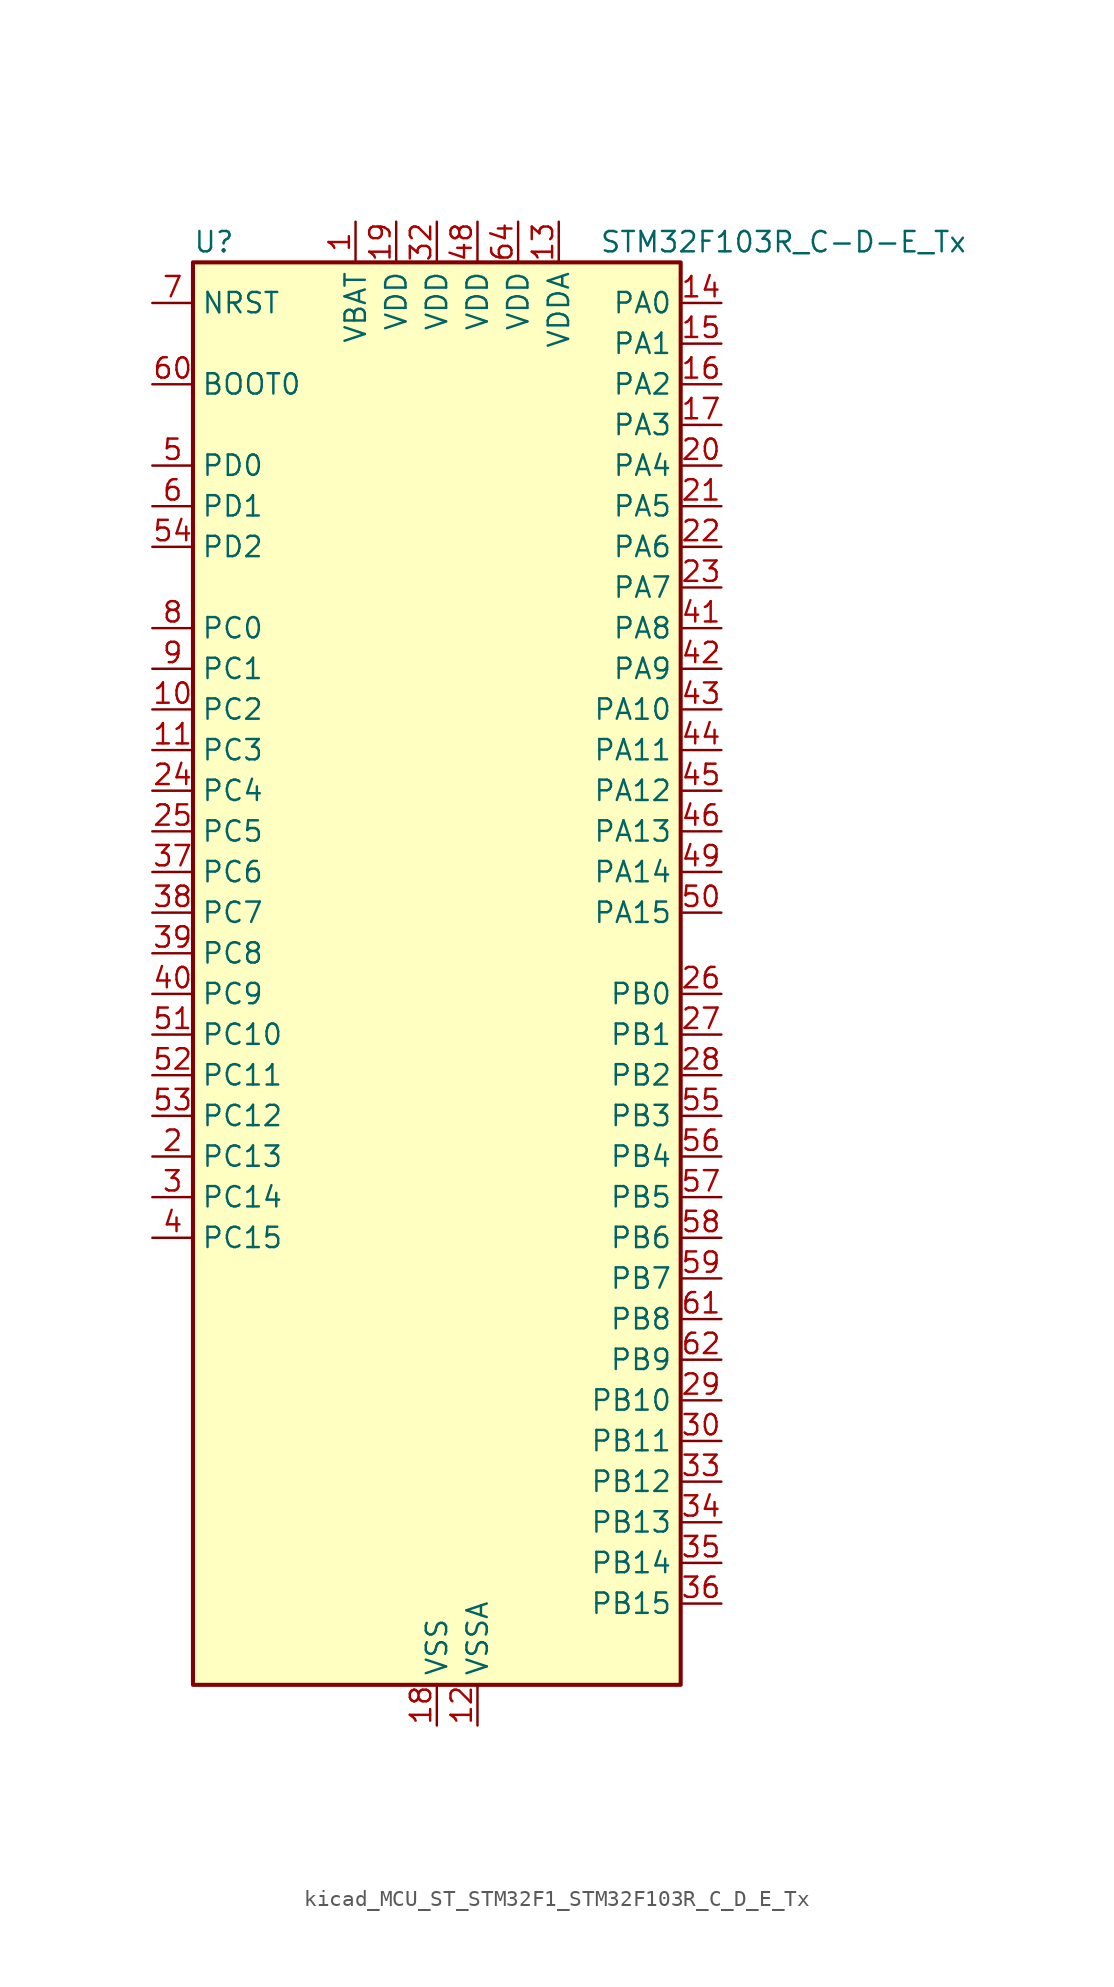
<source format=kicad_sym>
(kicad_symbol_lib
  (version 20220914)
  (generator kicad_symbol_editor)
  (symbol "kicad_MCU_ST_STM32F1_STM32F103R_C_D_E_Tx"
    (property "Reference" "U"
      (at -15.24 46.99 0)
      (effects (font (size 1.27 1.27)) (justify left)))
    (property "Value" "STM32F103R_C-D-E_Tx"
      (at 10.16 46.99 0)
      (effects (font (size 1.27 1.27)) (justify left)))
    (property "ki_locked" ""
      (at 0 0 0)
      (effects (font (size 1.27 1.27))))
    (symbol "kicad_MCU_ST_STM32F1_STM32F103R_C_D_E_Tx_0_1"
      (rectangle (start -15.24 -43.18) (end 15.24 45.72) (stroke (width 0.254) (type default)) (fill (type background))))
    (symbol "kicad_MCU_ST_STM32F1_STM32F103R_C_D_E_Tx_1_1"
      (pin power_in line (at -5.08 48.26 270) (length 2.54) (name "VBAT" (effects (font (size 1.27 1.27)))) (number "1" (effects (font (size 1.27 1.27)))))
      (pin bidirectional line (at -17.78 17.78 0) (length 2.54) (name "PC2" (effects (font (size 1.27 1.27)))) (number "10" (effects (font (size 1.27 1.27)))) (alternate "ADC1_IN12" bidirectional line) (alternate "ADC2_IN12" bidirectional line) (alternate "ADC3_IN12" bidirectional line))
      (pin bidirectional line (at -17.78 15.24 0) (length 2.54) (name "PC3" (effects (font (size 1.27 1.27)))) (number "11" (effects (font (size 1.27 1.27)))) (alternate "ADC1_IN13" bidirectional line) (alternate "ADC2_IN13" bidirectional line) (alternate "ADC3_IN13" bidirectional line))
      (pin power_in line (at 2.54 -45.72 90) (length 2.54) (name "VSSA" (effects (font (size 1.27 1.27)))) (number "12" (effects (font (size 1.27 1.27)))))
      (pin power_in line (at 7.62 48.26 270) (length 2.54) (name "VDDA" (effects (font (size 1.27 1.27)))) (number "13" (effects (font (size 1.27 1.27)))))
      (pin bidirectional line (at 17.78 43.18 180) (length 2.54) (name "PA0" (effects (font (size 1.27 1.27)))) (number "14" (effects (font (size 1.27 1.27)))) (alternate "ADC1_IN0" bidirectional line) (alternate "ADC2_IN0" bidirectional line) (alternate "ADC3_IN0" bidirectional line) (alternate "SYS_WKUP" bidirectional line) (alternate "TIM2_CH1" bidirectional line) (alternate "TIM2_ETR" bidirectional line) (alternate "TIM5_CH1" bidirectional line) (alternate "TIM8_ETR" bidirectional line) (alternate "USART2_CTS" bidirectional line))
      (pin bidirectional line (at 17.78 40.64 180) (length 2.54) (name "PA1" (effects (font (size 1.27 1.27)))) (number "15" (effects (font (size 1.27 1.27)))) (alternate "ADC1_IN1" bidirectional line) (alternate "ADC2_IN1" bidirectional line) (alternate "ADC3_IN1" bidirectional line) (alternate "TIM2_CH2" bidirectional line) (alternate "TIM5_CH2" bidirectional line) (alternate "USART2_RTS" bidirectional line))
      (pin bidirectional line (at 17.78 38.1 180) (length 2.54) (name "PA2" (effects (font (size 1.27 1.27)))) (number "16" (effects (font (size 1.27 1.27)))) (alternate "ADC1_IN2" bidirectional line) (alternate "ADC2_IN2" bidirectional line) (alternate "ADC3_IN2" bidirectional line) (alternate "TIM2_CH3" bidirectional line) (alternate "TIM5_CH3" bidirectional line) (alternate "USART2_TX" bidirectional line))
      (pin bidirectional line (at 17.78 35.56 180) (length 2.54) (name "PA3" (effects (font (size 1.27 1.27)))) (number "17" (effects (font (size 1.27 1.27)))) (alternate "ADC1_IN3" bidirectional line) (alternate "ADC2_IN3" bidirectional line) (alternate "ADC3_IN3" bidirectional line) (alternate "TIM2_CH4" bidirectional line) (alternate "TIM5_CH4" bidirectional line) (alternate "USART2_RX" bidirectional line))
      (pin power_in line (at 0 -45.72 90) (length 2.54) (name "VSS" (effects (font (size 1.27 1.27)))) (number "18" (effects (font (size 1.27 1.27)))))
      (pin power_in line (at -2.54 48.26 270) (length 2.54) (name "VDD" (effects (font (size 1.27 1.27)))) (number "19" (effects (font (size 1.27 1.27)))))
      (pin bidirectional line (at -17.78 -10.16 0) (length 2.54) (name "PC13" (effects (font (size 1.27 1.27)))) (number "2" (effects (font (size 1.27 1.27)))) (alternate "RTC_OUT" bidirectional line) (alternate "RTC_TAMPER" bidirectional line))
      (pin bidirectional line (at 17.78 33.02 180) (length 2.54) (name "PA4" (effects (font (size 1.27 1.27)))) (number "20" (effects (font (size 1.27 1.27)))) (alternate "ADC1_IN4" bidirectional line) (alternate "ADC2_IN4" bidirectional line) (alternate "DAC_OUT1" bidirectional line) (alternate "SPI1_NSS" bidirectional line) (alternate "USART2_CK" bidirectional line))
      (pin bidirectional line (at 17.78 30.48 180) (length 2.54) (name "PA5" (effects (font (size 1.27 1.27)))) (number "21" (effects (font (size 1.27 1.27)))) (alternate "ADC1_IN5" bidirectional line) (alternate "ADC2_IN5" bidirectional line) (alternate "DAC_OUT2" bidirectional line) (alternate "SPI1_SCK" bidirectional line))
      (pin bidirectional line (at 17.78 27.94 180) (length 2.54) (name "PA6" (effects (font (size 1.27 1.27)))) (number "22" (effects (font (size 1.27 1.27)))) (alternate "ADC1_IN6" bidirectional line) (alternate "ADC2_IN6" bidirectional line) (alternate "SPI1_MISO" bidirectional line) (alternate "TIM1_BKIN" bidirectional line) (alternate "TIM3_CH1" bidirectional line) (alternate "TIM8_BKIN" bidirectional line))
      (pin bidirectional line (at 17.78 25.4 180) (length 2.54) (name "PA7" (effects (font (size 1.27 1.27)))) (number "23" (effects (font (size 1.27 1.27)))) (alternate "ADC1_IN7" bidirectional line) (alternate "ADC2_IN7" bidirectional line) (alternate "SPI1_MOSI" bidirectional line) (alternate "TIM1_CH1N" bidirectional line) (alternate "TIM3_CH2" bidirectional line) (alternate "TIM8_CH1N" bidirectional line))
      (pin bidirectional line (at -17.78 12.7 0) (length 2.54) (name "PC4" (effects (font (size 1.27 1.27)))) (number "24" (effects (font (size 1.27 1.27)))) (alternate "ADC1_IN14" bidirectional line) (alternate "ADC2_IN14" bidirectional line))
      (pin bidirectional line (at -17.78 10.16 0) (length 2.54) (name "PC5" (effects (font (size 1.27 1.27)))) (number "25" (effects (font (size 1.27 1.27)))) (alternate "ADC1_IN15" bidirectional line) (alternate "ADC2_IN15" bidirectional line))
      (pin bidirectional line (at 17.78 0 180) (length 2.54) (name "PB0" (effects (font (size 1.27 1.27)))) (number "26" (effects (font (size 1.27 1.27)))) (alternate "ADC1_IN8" bidirectional line) (alternate "ADC2_IN8" bidirectional line) (alternate "TIM1_CH2N" bidirectional line) (alternate "TIM3_CH3" bidirectional line) (alternate "TIM8_CH2N" bidirectional line))
      (pin bidirectional line (at 17.78 -2.54 180) (length 2.54) (name "PB1" (effects (font (size 1.27 1.27)))) (number "27" (effects (font (size 1.27 1.27)))) (alternate "ADC1_IN9" bidirectional line) (alternate "ADC2_IN9" bidirectional line) (alternate "TIM1_CH3N" bidirectional line) (alternate "TIM3_CH4" bidirectional line) (alternate "TIM8_CH3N" bidirectional line))
      (pin bidirectional line (at 17.78 -5.08 180) (length 2.54) (name "PB2" (effects (font (size 1.27 1.27)))) (number "28" (effects (font (size 1.27 1.27)))))
      (pin bidirectional line (at 17.78 -25.4 180) (length 2.54) (name "PB10" (effects (font (size 1.27 1.27)))) (number "29" (effects (font (size 1.27 1.27)))) (alternate "I2C2_SCL" bidirectional line) (alternate "TIM2_CH3" bidirectional line) (alternate "USART3_TX" bidirectional line))
      (pin bidirectional line (at -17.78 -12.7 0) (length 2.54) (name "PC14" (effects (font (size 1.27 1.27)))) (number "3" (effects (font (size 1.27 1.27)))) (alternate "RCC_OSC32_IN" bidirectional line))
      (pin bidirectional line (at 17.78 -27.94 180) (length 2.54) (name "PB11" (effects (font (size 1.27 1.27)))) (number "30" (effects (font (size 1.27 1.27)))) (alternate "ADC1_EXTI11" bidirectional line) (alternate "ADC2_EXTI11" bidirectional line) (alternate "I2C2_SDA" bidirectional line) (alternate "TIM2_CH4" bidirectional line) (alternate "USART3_RX" bidirectional line))
      (pin passive line (at 0 -45.72 90) (length 2.54) hide (name "VSS" (effects (font (size 1.27 1.27)))) (number "31" (effects (font (size 1.27 1.27)))))
      (pin power_in line (at 0 48.26 270) (length 2.54) (name "VDD" (effects (font (size 1.27 1.27)))) (number "32" (effects (font (size 1.27 1.27)))))
      (pin bidirectional line (at 17.78 -30.48 180) (length 2.54) (name "PB12" (effects (font (size 1.27 1.27)))) (number "33" (effects (font (size 1.27 1.27)))) (alternate "I2C2_SMBA" bidirectional line) (alternate "I2S2_WS" bidirectional line) (alternate "SPI2_NSS" bidirectional line) (alternate "TIM1_BKIN" bidirectional line) (alternate "USART3_CK" bidirectional line))
      (pin bidirectional line (at 17.78 -33.02 180) (length 2.54) (name "PB13" (effects (font (size 1.27 1.27)))) (number "34" (effects (font (size 1.27 1.27)))) (alternate "I2S2_CK" bidirectional line) (alternate "SPI2_SCK" bidirectional line) (alternate "TIM1_CH1N" bidirectional line) (alternate "USART3_CTS" bidirectional line))
      (pin bidirectional line (at 17.78 -35.56 180) (length 2.54) (name "PB14" (effects (font (size 1.27 1.27)))) (number "35" (effects (font (size 1.27 1.27)))) (alternate "SPI2_MISO" bidirectional line) (alternate "TIM1_CH2N" bidirectional line) (alternate "USART3_RTS" bidirectional line))
      (pin bidirectional line (at 17.78 -38.1 180) (length 2.54) (name "PB15" (effects (font (size 1.27 1.27)))) (number "36" (effects (font (size 1.27 1.27)))) (alternate "ADC1_EXTI15" bidirectional line) (alternate "ADC2_EXTI15" bidirectional line) (alternate "I2S2_SD" bidirectional line) (alternate "SPI2_MOSI" bidirectional line) (alternate "TIM1_CH3N" bidirectional line))
      (pin bidirectional line (at -17.78 7.62 0) (length 2.54) (name "PC6" (effects (font (size 1.27 1.27)))) (number "37" (effects (font (size 1.27 1.27)))) (alternate "I2S2_MCK" bidirectional line) (alternate "SDIO_D6" bidirectional line) (alternate "TIM3_CH1" bidirectional line) (alternate "TIM8_CH1" bidirectional line))
      (pin bidirectional line (at -17.78 5.08 0) (length 2.54) (name "PC7" (effects (font (size 1.27 1.27)))) (number "38" (effects (font (size 1.27 1.27)))) (alternate "I2S3_MCK" bidirectional line) (alternate "SDIO_D7" bidirectional line) (alternate "TIM3_CH2" bidirectional line) (alternate "TIM8_CH2" bidirectional line))
      (pin bidirectional line (at -17.78 2.54 0) (length 2.54) (name "PC8" (effects (font (size 1.27 1.27)))) (number "39" (effects (font (size 1.27 1.27)))) (alternate "SDIO_D0" bidirectional line) (alternate "TIM3_CH3" bidirectional line) (alternate "TIM8_CH3" bidirectional line))
      (pin bidirectional line (at -17.78 -15.24 0) (length 2.54) (name "PC15" (effects (font (size 1.27 1.27)))) (number "4" (effects (font (size 1.27 1.27)))) (alternate "ADC1_EXTI15" bidirectional line) (alternate "ADC2_EXTI15" bidirectional line) (alternate "RCC_OSC32_OUT" bidirectional line))
      (pin bidirectional line (at -17.78 0 0) (length 2.54) (name "PC9" (effects (font (size 1.27 1.27)))) (number "40" (effects (font (size 1.27 1.27)))) (alternate "DAC_EXTI9" bidirectional line) (alternate "SDIO_D1" bidirectional line) (alternate "TIM3_CH4" bidirectional line) (alternate "TIM8_CH4" bidirectional line))
      (pin bidirectional line (at 17.78 22.86 180) (length 2.54) (name "PA8" (effects (font (size 1.27 1.27)))) (number "41" (effects (font (size 1.27 1.27)))) (alternate "RCC_MCO" bidirectional line) (alternate "TIM1_CH1" bidirectional line) (alternate "USART1_CK" bidirectional line))
      (pin bidirectional line (at 17.78 20.32 180) (length 2.54) (name "PA9" (effects (font (size 1.27 1.27)))) (number "42" (effects (font (size 1.27 1.27)))) (alternate "DAC_EXTI9" bidirectional line) (alternate "TIM1_CH2" bidirectional line) (alternate "USART1_TX" bidirectional line))
      (pin bidirectional line (at 17.78 17.78 180) (length 2.54) (name "PA10" (effects (font (size 1.27 1.27)))) (number "43" (effects (font (size 1.27 1.27)))) (alternate "TIM1_CH3" bidirectional line) (alternate "USART1_RX" bidirectional line))
      (pin bidirectional line (at 17.78 15.24 180) (length 2.54) (name "PA11" (effects (font (size 1.27 1.27)))) (number "44" (effects (font (size 1.27 1.27)))) (alternate "ADC1_EXTI11" bidirectional line) (alternate "ADC2_EXTI11" bidirectional line) (alternate "CAN_RX" bidirectional line) (alternate "TIM1_CH4" bidirectional line) (alternate "USART1_CTS" bidirectional line) (alternate "USB_DM" bidirectional line))
      (pin bidirectional line (at 17.78 12.7 180) (length 2.54) (name "PA12" (effects (font (size 1.27 1.27)))) (number "45" (effects (font (size 1.27 1.27)))) (alternate "CAN_TX" bidirectional line) (alternate "TIM1_ETR" bidirectional line) (alternate "USART1_RTS" bidirectional line) (alternate "USB_DP" bidirectional line))
      (pin bidirectional line (at 17.78 10.16 180) (length 2.54) (name "PA13" (effects (font (size 1.27 1.27)))) (number "46" (effects (font (size 1.27 1.27)))) (alternate "SYS_JTMS-SWDIO" bidirectional line))
      (pin passive line (at 0 -45.72 90) (length 2.54) hide (name "VSS" (effects (font (size 1.27 1.27)))) (number "47" (effects (font (size 1.27 1.27)))))
      (pin power_in line (at 2.54 48.26 270) (length 2.54) (name "VDD" (effects (font (size 1.27 1.27)))) (number "48" (effects (font (size 1.27 1.27)))))
      (pin bidirectional line (at 17.78 7.62 180) (length 2.54) (name "PA14" (effects (font (size 1.27 1.27)))) (number "49" (effects (font (size 1.27 1.27)))) (alternate "SYS_JTCK-SWCLK" bidirectional line))
      (pin bidirectional line (at -17.78 33.02 0) (length 2.54) (name "PD0" (effects (font (size 1.27 1.27)))) (number "5" (effects (font (size 1.27 1.27)))) (alternate "RCC_OSC_IN" bidirectional line))
      (pin bidirectional line (at 17.78 5.08 180) (length 2.54) (name "PA15" (effects (font (size 1.27 1.27)))) (number "50" (effects (font (size 1.27 1.27)))) (alternate "ADC1_EXTI15" bidirectional line) (alternate "ADC2_EXTI15" bidirectional line) (alternate "I2S3_WS" bidirectional line) (alternate "SPI1_NSS" bidirectional line) (alternate "SPI3_NSS" bidirectional line) (alternate "SYS_JTDI" bidirectional line) (alternate "TIM2_CH1" bidirectional line) (alternate "TIM2_ETR" bidirectional line))
      (pin bidirectional line (at -17.78 -2.54 0) (length 2.54) (name "PC10" (effects (font (size 1.27 1.27)))) (number "51" (effects (font (size 1.27 1.27)))) (alternate "SDIO_D2" bidirectional line) (alternate "UART4_TX" bidirectional line) (alternate "USART3_TX" bidirectional line))
      (pin bidirectional line (at -17.78 -5.08 0) (length 2.54) (name "PC11" (effects (font (size 1.27 1.27)))) (number "52" (effects (font (size 1.27 1.27)))) (alternate "ADC1_EXTI11" bidirectional line) (alternate "ADC2_EXTI11" bidirectional line) (alternate "SDIO_D3" bidirectional line) (alternate "UART4_RX" bidirectional line) (alternate "USART3_RX" bidirectional line))
      (pin bidirectional line (at -17.78 -7.62 0) (length 2.54) (name "PC12" (effects (font (size 1.27 1.27)))) (number "53" (effects (font (size 1.27 1.27)))) (alternate "SDIO_CK" bidirectional line) (alternate "UART5_TX" bidirectional line) (alternate "USART3_CK" bidirectional line))
      (pin bidirectional line (at -17.78 27.94 0) (length 2.54) (name "PD2" (effects (font (size 1.27 1.27)))) (number "54" (effects (font (size 1.27 1.27)))) (alternate "SDIO_CMD" bidirectional line) (alternate "TIM3_ETR" bidirectional line) (alternate "UART5_RX" bidirectional line))
      (pin bidirectional line (at 17.78 -7.62 180) (length 2.54) (name "PB3" (effects (font (size 1.27 1.27)))) (number "55" (effects (font (size 1.27 1.27)))) (alternate "I2S3_CK" bidirectional line) (alternate "SPI1_SCK" bidirectional line) (alternate "SPI3_SCK" bidirectional line) (alternate "SYS_JTDO-TRACESWO" bidirectional line) (alternate "TIM2_CH2" bidirectional line))
      (pin bidirectional line (at 17.78 -10.16 180) (length 2.54) (name "PB4" (effects (font (size 1.27 1.27)))) (number "56" (effects (font (size 1.27 1.27)))) (alternate "SPI1_MISO" bidirectional line) (alternate "SPI3_MISO" bidirectional line) (alternate "SYS_NJTRST" bidirectional line) (alternate "TIM3_CH1" bidirectional line))
      (pin bidirectional line (at 17.78 -12.7 180) (length 2.54) (name "PB5" (effects (font (size 1.27 1.27)))) (number "57" (effects (font (size 1.27 1.27)))) (alternate "I2C1_SMBA" bidirectional line) (alternate "I2S3_SD" bidirectional line) (alternate "SPI1_MOSI" bidirectional line) (alternate "SPI3_MOSI" bidirectional line) (alternate "TIM3_CH2" bidirectional line))
      (pin bidirectional line (at 17.78 -15.24 180) (length 2.54) (name "PB6" (effects (font (size 1.27 1.27)))) (number "58" (effects (font (size 1.27 1.27)))) (alternate "I2C1_SCL" bidirectional line) (alternate "TIM4_CH1" bidirectional line) (alternate "USART1_TX" bidirectional line))
      (pin bidirectional line (at 17.78 -17.78 180) (length 2.54) (name "PB7" (effects (font (size 1.27 1.27)))) (number "59" (effects (font (size 1.27 1.27)))) (alternate "I2C1_SDA" bidirectional line) (alternate "TIM4_CH2" bidirectional line) (alternate "USART1_RX" bidirectional line))
      (pin bidirectional line (at -17.78 30.48 0) (length 2.54) (name "PD1" (effects (font (size 1.27 1.27)))) (number "6" (effects (font (size 1.27 1.27)))) (alternate "RCC_OSC_OUT" bidirectional line))
      (pin input line (at -17.78 38.1 0) (length 2.54) (name "BOOT0" (effects (font (size 1.27 1.27)))) (number "60" (effects (font (size 1.27 1.27)))))
      (pin bidirectional line (at 17.78 -20.32 180) (length 2.54) (name "PB8" (effects (font (size 1.27 1.27)))) (number "61" (effects (font (size 1.27 1.27)))) (alternate "CAN_RX" bidirectional line) (alternate "I2C1_SCL" bidirectional line) (alternate "SDIO_D4" bidirectional line) (alternate "TIM4_CH3" bidirectional line))
      (pin bidirectional line (at 17.78 -22.86 180) (length 2.54) (name "PB9" (effects (font (size 1.27 1.27)))) (number "62" (effects (font (size 1.27 1.27)))) (alternate "CAN_TX" bidirectional line) (alternate "DAC_EXTI9" bidirectional line) (alternate "I2C1_SDA" bidirectional line) (alternate "SDIO_D5" bidirectional line) (alternate "TIM4_CH4" bidirectional line))
      (pin passive line (at 0 -45.72 90) (length 2.54) hide (name "VSS" (effects (font (size 1.27 1.27)))) (number "63" (effects (font (size 1.27 1.27)))))
      (pin power_in line (at 5.08 48.26 270) (length 2.54) (name "VDD" (effects (font (size 1.27 1.27)))) (number "64" (effects (font (size 1.27 1.27)))))
      (pin input line (at -17.78 43.18 0) (length 2.54) (name "NRST" (effects (font (size 1.27 1.27)))) (number "7" (effects (font (size 1.27 1.27)))))
      (pin bidirectional line (at -17.78 22.86 0) (length 2.54) (name "PC0" (effects (font (size 1.27 1.27)))) (number "8" (effects (font (size 1.27 1.27)))) (alternate "ADC1_IN10" bidirectional line) (alternate "ADC2_IN10" bidirectional line) (alternate "ADC3_IN10" bidirectional line))
      (pin bidirectional line (at -17.78 20.32 0) (length 2.54) (name "PC1" (effects (font (size 1.27 1.27)))) (number "9" (effects (font (size 1.27 1.27)))) (alternate "ADC1_IN11" bidirectional line) (alternate "ADC2_IN11" bidirectional line) (alternate "ADC3_IN11" bidirectional line)))))
</source>
